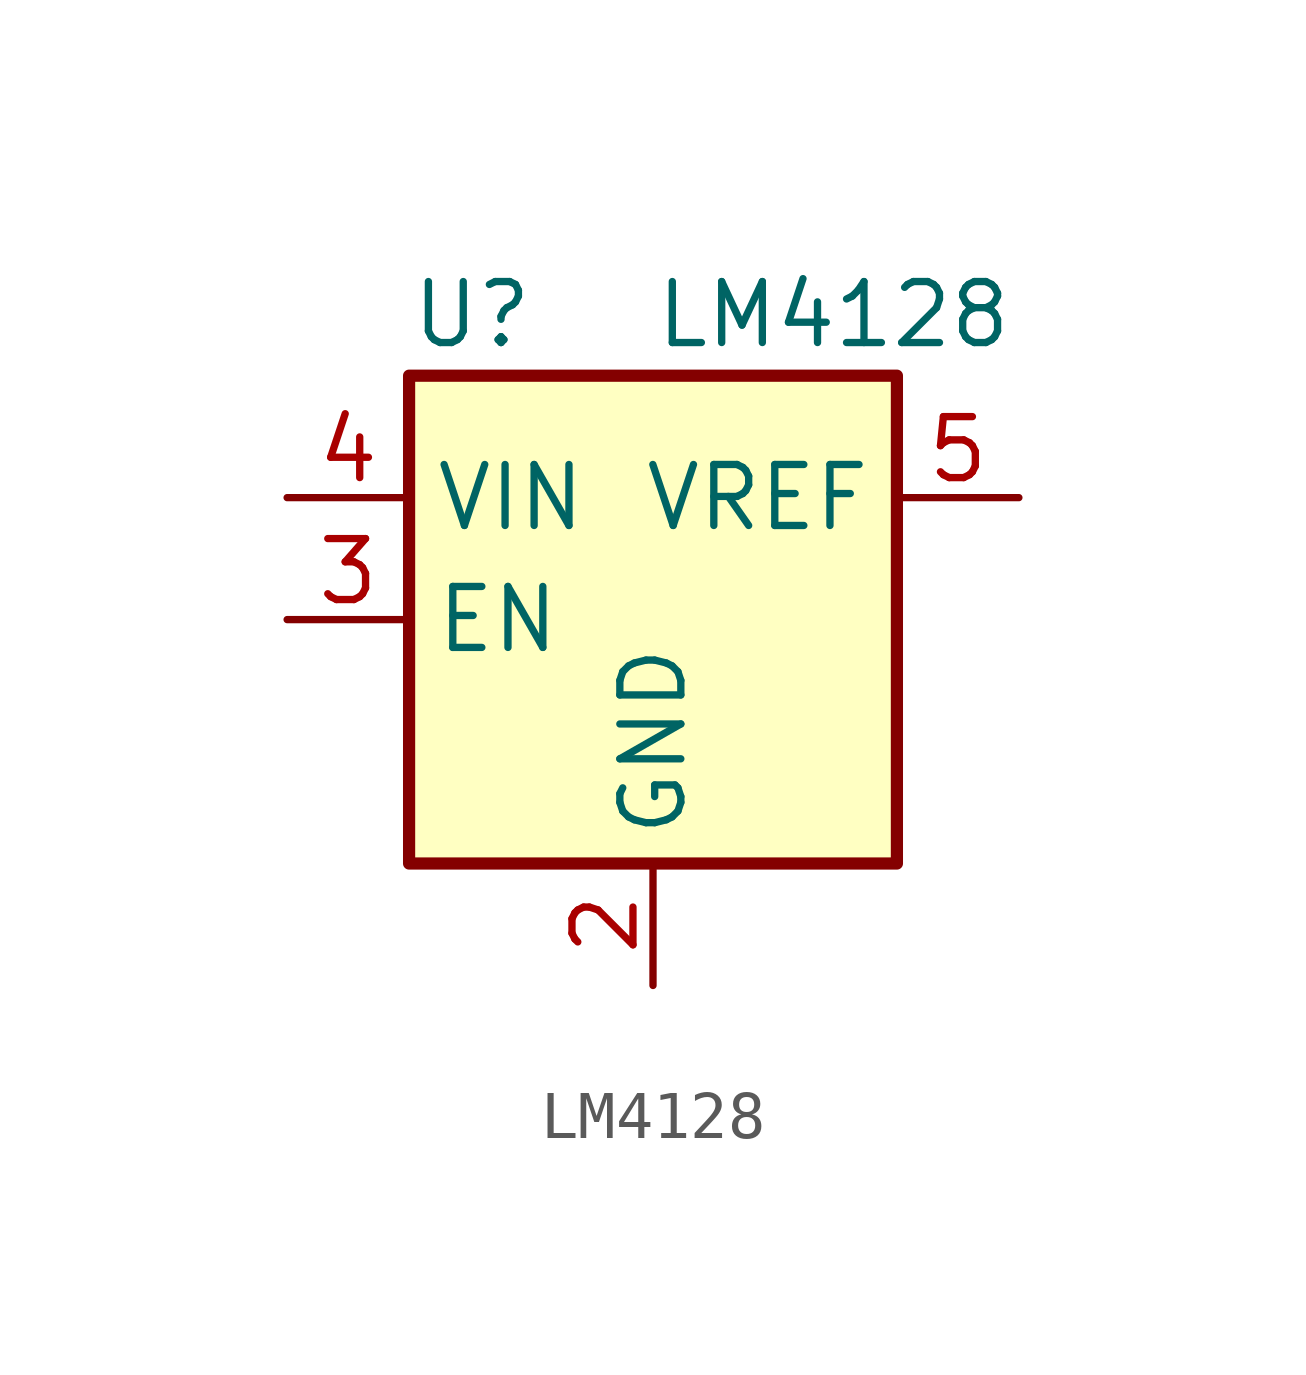
<source format=kicad_sym>
(kicad_symbol_lib
  (version 20211014)
  (generator kicad_symbol_editor)
  (symbol "LM4128"
    (property "Reference" "U"
      (at -5.08 6.35 0)
      (effects (font (size 1.27 1.27)) (justify left)))
    (property "Value" "LM4128"
      (at 0 6.35 0)
      (effects (font (size 1.27 1.27)) (justify left)))
    (symbol "LM4128_0_1"
      (rectangle (start -5.08 5.08) (end 5.08 -5.08) (stroke (width 0.254) (type default) (color 0 0 0 0)) (fill (type background))))
    (symbol "LM4128_1_1"
      (pin power_in line (at 0 -7.62 90) (length 2.54) (name "GND" (effects (font (size 1.27 1.27)))) (number "2" (effects (font (size 1.27 1.27)))))
      (pin input line (at -7.62 0 0) (length 2.54) (name "EN" (effects (font (size 1.27 1.27)))) (number "3" (effects (font (size 1.27 1.27)))))
      (pin power_in line (at -7.62 2.54 0) (length 2.54) (name "VIN" (effects (font (size 1.27 1.27)))) (number "4" (effects (font (size 1.27 1.27)))))
      (pin power_out line (at 7.62 2.54 180) (length 2.54) (name "VREF" (effects (font (size 1.27 1.27)))) (number "5" (effects (font (size 1.27 1.27))))))))
</source>
